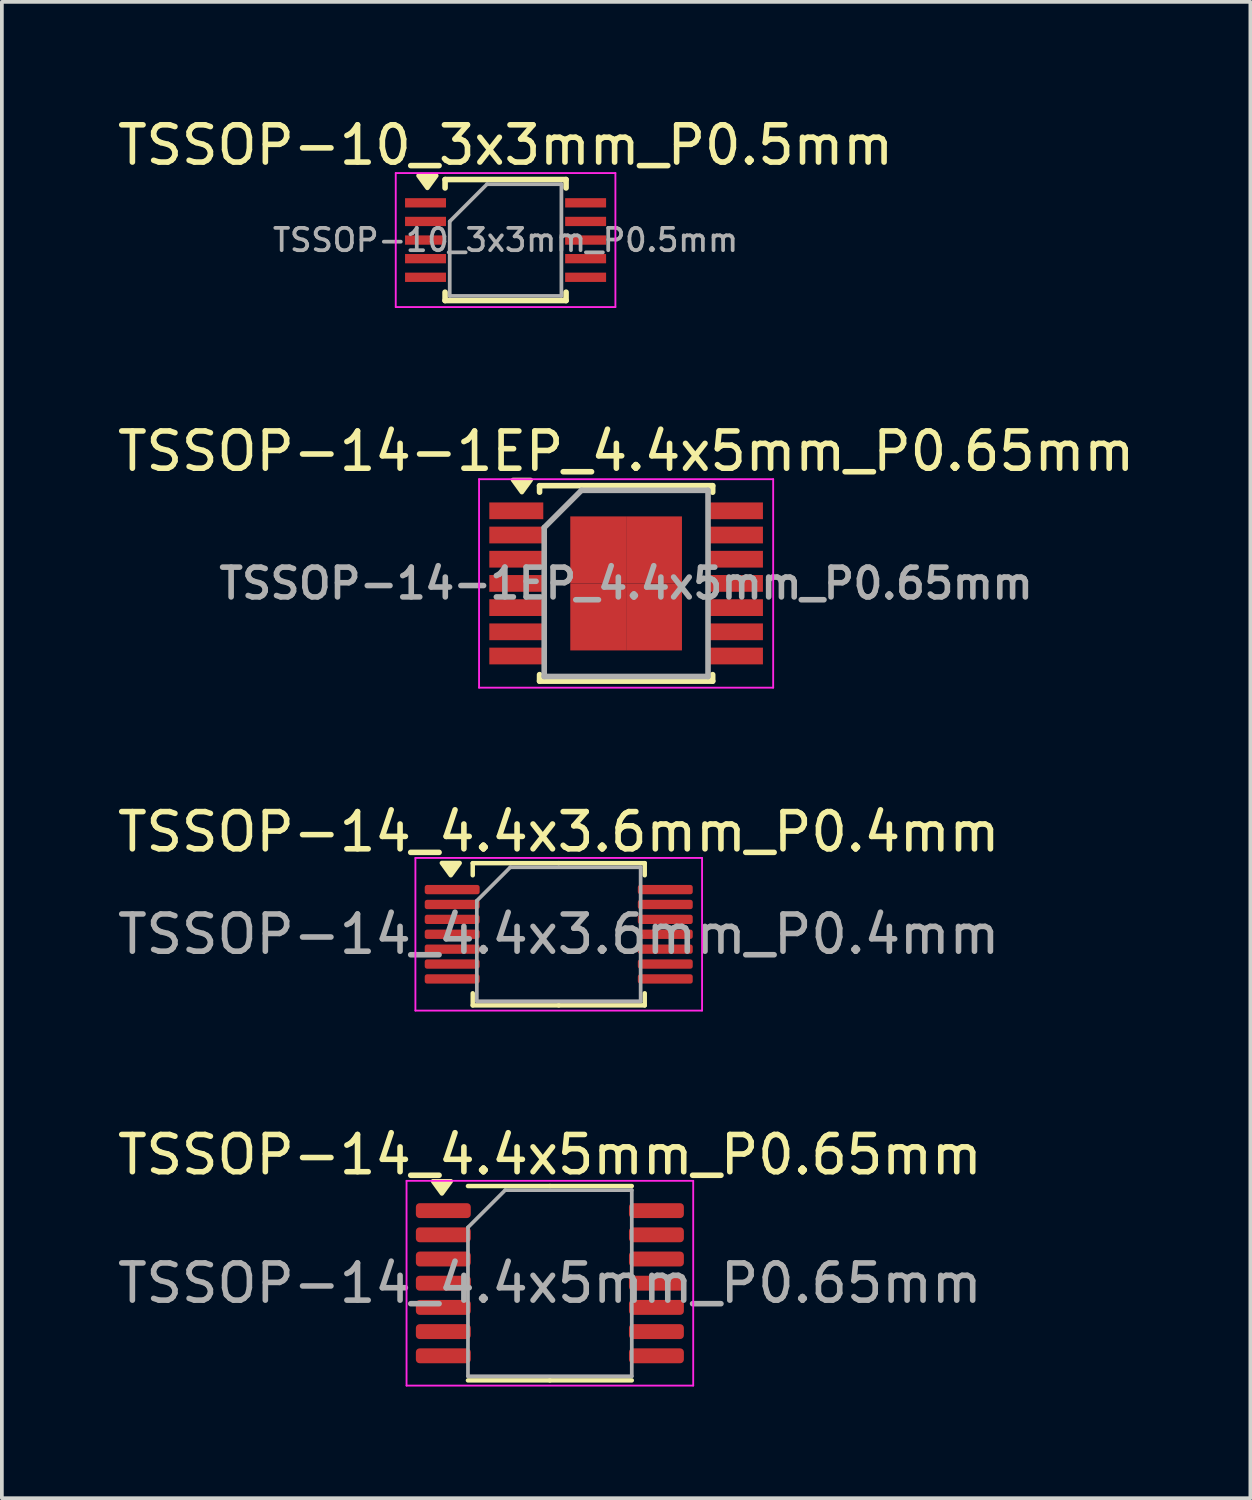
<source format=kicad_pcb>
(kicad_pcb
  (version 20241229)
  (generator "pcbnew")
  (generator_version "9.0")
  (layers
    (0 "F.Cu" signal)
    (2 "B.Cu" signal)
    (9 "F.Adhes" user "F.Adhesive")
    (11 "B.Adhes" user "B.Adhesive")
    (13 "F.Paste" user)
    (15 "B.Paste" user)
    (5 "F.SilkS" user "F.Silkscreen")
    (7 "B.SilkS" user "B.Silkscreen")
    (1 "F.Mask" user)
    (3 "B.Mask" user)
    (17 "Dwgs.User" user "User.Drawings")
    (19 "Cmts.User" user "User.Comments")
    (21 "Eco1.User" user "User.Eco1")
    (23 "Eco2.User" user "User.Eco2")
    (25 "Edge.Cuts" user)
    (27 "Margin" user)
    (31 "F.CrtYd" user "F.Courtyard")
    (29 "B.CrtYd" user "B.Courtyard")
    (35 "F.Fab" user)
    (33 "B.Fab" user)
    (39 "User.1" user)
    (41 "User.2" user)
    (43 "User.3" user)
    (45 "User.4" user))
  (footprint "TSSOP-14-1EP_4.4x5mm_P0.65mm"
    (layer "F.Cu")
    (at 13.768 12.621)
    (property "Reference" "TSSOP-14-1EP_4.4x5mm_P0.65mm" (at 0 -3.55 0) (layer "F.SilkS") (effects (font (size 1 1) (thickness 0.15))))
    (attr smd)
    (fp_line (start -2.325 -2.625) (end -2.325 -2.45) (stroke (width 0.15) (type solid)) (layer "F.SilkS"))
    (fp_line (start -2.325 -2.625) (end 2.325 -2.625) (stroke (width 0.15) (type solid)) (layer "F.SilkS"))
    (fp_line (start -2.325 2.625) (end -2.325 2.45) (stroke (width 0.15) (type solid)) (layer "F.SilkS"))
    (fp_line (start -2.325 2.625) (end 2.325 2.625) (stroke (width 0.15) (type solid)) (layer "F.SilkS"))
    (fp_line (start 2.325 -2.625) (end 2.325 -2.45) (stroke (width 0.15) (type solid)) (layer "F.SilkS"))
    (fp_line (start 2.325 2.625) (end 2.325 2.45) (stroke (width 0.15) (type solid)) (layer "F.SilkS"))
    (fp_poly (pts (xy -2.8 -2.45) (xy -3.04 -2.78) (xy -2.56 -2.78) (xy -2.8 -2.45)) (stroke (width 0.12) (type solid)) (fill yes) (layer "F.SilkS"))
    (fp_line (start -3.95 -2.8) (end -3.95 2.8) (stroke (width 0.05) (type solid)) (layer "F.CrtYd"))
    (fp_line (start -3.95 -2.8) (end 3.95 -2.8) (stroke (width 0.05) (type solid)) (layer "F.CrtYd"))
    (fp_line (start -3.95 2.8) (end 3.95 2.8) (stroke (width 0.05) (type solid)) (layer "F.CrtYd"))
    (fp_line (start 3.95 -2.8) (end 3.95 2.8) (stroke (width 0.05) (type solid)) (layer "F.CrtYd"))
    (fp_line (start -2.2 -1.5) (end -1.2 -2.5) (stroke (width 0.15) (type solid)) (layer "F.Fab"))
    (fp_line (start -2.2 2.5) (end -2.2 -1.5) (stroke (width 0.15) (type solid)) (layer "F.Fab"))
    (fp_line (start -1.2 -2.5) (end 2.2 -2.5) (stroke (width 0.15) (type solid)) (layer "F.Fab"))
    (fp_line (start 2.2 -2.5) (end 2.2 2.5) (stroke (width 0.15) (type solid)) (layer "F.Fab"))
    (fp_line (start 2.2 2.5) (end -2.2 2.5) (stroke (width 0.15) (type solid)) (layer "F.Fab"))
    (fp_text user "${REFERENCE}" (at 0 0 0) (layer "F.Fab") (effects (font (size 0.8 0.8) (thickness 0.15))))
    (pad "1" smd rect (at -2.95 -1.95) (size 1.45 0.45) (layers "F.Cu" "F.Mask" "F.Paste"))
    (pad "2" smd rect (at -2.95 -1.3) (size 1.45 0.45) (layers "F.Cu" "F.Mask" "F.Paste"))
    (pad "3" smd rect (at -2.95 -0.65) (size 1.45 0.45) (layers "F.Cu" "F.Mask" "F.Paste"))
    (pad "4" smd rect (at -2.95 0) (size 1.45 0.45) (layers "F.Cu" "F.Mask" "F.Paste"))
    (pad "5" smd rect (at -2.95 0.65) (size 1.45 0.45) (layers "F.Cu" "F.Mask" "F.Paste"))
    (pad "6" smd rect (at -2.95 1.3) (size 1.45 0.45) (layers "F.Cu" "F.Mask" "F.Paste"))
    (pad "7" smd rect (at -2.95 1.95) (size 1.45 0.45) (layers "F.Cu" "F.Mask" "F.Paste"))
    (pad "8" smd rect (at 2.95 1.95) (size 1.45 0.45) (layers "F.Cu" "F.Mask" "F.Paste"))
    (pad "9" smd rect (at 2.95 1.3) (size 1.45 0.45) (layers "F.Cu" "F.Mask" "F.Paste"))
    (pad "10" smd rect (at 2.95 0.65) (size 1.45 0.45) (layers "F.Cu" "F.Mask" "F.Paste"))
    (pad "11" smd rect (at 2.95 0) (size 1.45 0.45) (layers "F.Cu" "F.Mask" "F.Paste"))
    (pad "12" smd rect (at 2.95 -0.65) (size 1.45 0.45) (layers "F.Cu" "F.Mask" "F.Paste"))
    (pad "13" smd rect (at 2.95 -1.3) (size 1.45 0.45) (layers "F.Cu" "F.Mask" "F.Paste"))
    (pad "14" smd rect (at 2.95 -1.95) (size 1.45 0.45) (layers "F.Cu" "F.Mask" "F.Paste"))
    (pad "15" smd rect (at -0.75 -0.9) (size 1.5 1.8) (layers "F.Cu" "F.Mask" "F.Paste"))
    (pad "15" smd rect (at -0.75 0.9) (size 1.5 1.8) (layers "F.Cu" "F.Mask" "F.Paste"))
    (pad "15" smd rect (at 0.75 -0.9) (size 1.5 1.8) (layers "F.Cu" "F.Mask" "F.Paste"))
    (pad "15" smd rect (at 0.75 0.9) (size 1.5 1.8) (layers "F.Cu" "F.Mask" "F.Paste")))
  (footprint "TSSOP-14_4.4x5mm_P0.65mm"
    (layer "F.Cu")
    (at 11.72 31.418)
    (property "Reference" "TSSOP-14_4.4x5mm_P0.65mm" (at 0 -3.45 0) (layer "F.SilkS") (effects (font (size 1 1) (thickness 0.15))))
    (attr smd)
    (fp_line (start 0 -2.61) (end -2.2 -2.61) (stroke (width 0.12) (type solid)) (layer "F.SilkS"))
    (fp_line (start 0 -2.61) (end 2.2 -2.61) (stroke (width 0.12) (type solid)) (layer "F.SilkS"))
    (fp_line (start 0 2.61) (end -2.2 2.61) (stroke (width 0.12) (type solid)) (layer "F.SilkS"))
    (fp_line (start 0 2.61) (end 2.2 2.61) (stroke (width 0.12) (type solid)) (layer "F.SilkS"))
    (fp_poly (pts (xy -2.9 -2.41) (xy -3.14 -2.74) (xy -2.66 -2.74) (xy -2.9 -2.41)) (stroke (width 0.12) (type solid)) (fill yes) (layer "F.SilkS"))
    (fp_line (start -3.85 -2.75) (end -3.85 2.75) (stroke (width 0.05) (type solid)) (layer "F.CrtYd"))
    (fp_line (start -3.85 2.75) (end 3.85 2.75) (stroke (width 0.05) (type solid)) (layer "F.CrtYd"))
    (fp_line (start 3.85 -2.75) (end -3.85 -2.75) (stroke (width 0.05) (type solid)) (layer "F.CrtYd"))
    (fp_line (start 3.85 2.75) (end 3.85 -2.75) (stroke (width 0.05) (type solid)) (layer "F.CrtYd"))
    (fp_line (start -2.2 -1.5) (end -1.2 -2.5) (stroke (width 0.1) (type solid)) (layer "F.Fab"))
    (fp_line (start -2.2 2.5) (end -2.2 -1.5) (stroke (width 0.1) (type solid)) (layer "F.Fab"))
    (fp_line (start -1.2 -2.5) (end 2.2 -2.5) (stroke (width 0.1) (type solid)) (layer "F.Fab"))
    (fp_line (start 2.2 -2.5) (end 2.2 2.5) (stroke (width 0.1) (type solid)) (layer "F.Fab"))
    (fp_line (start 2.2 2.5) (end -2.2 2.5) (stroke (width 0.1) (type solid)) (layer "F.Fab"))
    (fp_text user "${REFERENCE}" (at 0 0 0) (layer "F.Fab") (effects (font (size 1 1) (thickness 0.15))))
    (pad "1" smd roundrect (at -2.862 -1.95) (size 1.475 0.4) (layers "F.Cu" "F.Mask" "F.Paste") (roundrect_rratio 0.25))
    (pad "2" smd roundrect (at -2.862 -1.3) (size 1.475 0.4) (layers "F.Cu" "F.Mask" "F.Paste") (roundrect_rratio 0.25))
    (pad "3" smd roundrect (at -2.862 -0.65) (size 1.475 0.4) (layers "F.Cu" "F.Mask" "F.Paste") (roundrect_rratio 0.25))
    (pad "4" smd roundrect (at -2.862 0) (size 1.475 0.4) (layers "F.Cu" "F.Mask" "F.Paste") (roundrect_rratio 0.25))
    (pad "5" smd roundrect (at -2.862 0.65) (size 1.475 0.4) (layers "F.Cu" "F.Mask" "F.Paste") (roundrect_rratio 0.25))
    (pad "6" smd roundrect (at -2.862 1.3) (size 1.475 0.4) (layers "F.Cu" "F.Mask" "F.Paste") (roundrect_rratio 0.25))
    (pad "7" smd roundrect (at -2.862 1.95) (size 1.475 0.4) (layers "F.Cu" "F.Mask" "F.Paste") (roundrect_rratio 0.25))
    (pad "8" smd roundrect (at 2.862 1.95) (size 1.475 0.4) (layers "F.Cu" "F.Mask" "F.Paste") (roundrect_rratio 0.25))
    (pad "9" smd roundrect (at 2.862 1.3) (size 1.475 0.4) (layers "F.Cu" "F.Mask" "F.Paste") (roundrect_rratio 0.25))
    (pad "10" smd roundrect (at 2.862 0.65) (size 1.475 0.4) (layers "F.Cu" "F.Mask" "F.Paste") (roundrect_rratio 0.25))
    (pad "11" smd roundrect (at 2.862 0) (size 1.475 0.4) (layers "F.Cu" "F.Mask" "F.Paste") (roundrect_rratio 0.25))
    (pad "12" smd roundrect (at 2.862 -0.65) (size 1.475 0.4) (layers "F.Cu" "F.Mask" "F.Paste") (roundrect_rratio 0.25))
    (pad "13" smd roundrect (at 2.862 -1.3) (size 1.475 0.4) (layers "F.Cu" "F.Mask" "F.Paste") (roundrect_rratio 0.25))
    (pad "14" smd roundrect (at 2.862 -1.95) (size 1.475 0.4) (layers "F.Cu" "F.Mask" "F.Paste") (roundrect_rratio 0.25)))
  (footprint "TSSOP-10_3x3mm_P0.5mm"
    (layer "F.Cu")
    (at 10.53 3.398)
    (property "Reference" "TSSOP-10_3x3mm_P0.5mm" (at 0 -2.55 0) (layer "F.SilkS") (effects (font (size 1 1) (thickness 0.15))))
    (attr smd)
    (fp_line (start -1.625 -1.625) (end -1.625 -1.4) (stroke (width 0.15) (type solid)) (layer "F.SilkS"))
    (fp_line (start -1.625 -1.625) (end 1.625 -1.625) (stroke (width 0.15) (type solid)) (layer "F.SilkS"))
    (fp_line (start -1.625 1.625) (end -1.625 1.4) (stroke (width 0.15) (type solid)) (layer "F.SilkS"))
    (fp_line (start -1.625 1.625) (end 1.625 1.625) (stroke (width 0.15) (type solid)) (layer "F.SilkS"))
    (fp_line (start 1.625 -1.625) (end 1.625 -1.4) (stroke (width 0.15) (type solid)) (layer "F.SilkS"))
    (fp_line (start 1.625 1.625) (end 1.625 1.4) (stroke (width 0.15) (type solid)) (layer "F.SilkS"))
    (fp_poly (pts (xy -2.1 -1.4) (xy -2.34 -1.73) (xy -1.86 -1.73) (xy -2.1 -1.4)) (stroke (width 0.12) (type solid)) (fill yes) (layer "F.SilkS"))
    (fp_line (start -2.95 -1.8) (end -2.95 1.8) (stroke (width 0.05) (type solid)) (layer "F.CrtYd"))
    (fp_line (start -2.95 -1.8) (end 2.95 -1.8) (stroke (width 0.05) (type solid)) (layer "F.CrtYd"))
    (fp_line (start -2.95 1.8) (end 2.95 1.8) (stroke (width 0.05) (type solid)) (layer "F.CrtYd"))
    (fp_line (start 2.95 -1.8) (end 2.95 1.8) (stroke (width 0.05) (type solid)) (layer "F.CrtYd"))
    (fp_line (start -1.5 -0.5) (end -0.5 -1.5) (stroke (width 0.1) (type solid)) (layer "F.Fab"))
    (fp_line (start -1.5 1.5) (end -1.5 -0.5) (stroke (width 0.1) (type solid)) (layer "F.Fab"))
    (fp_line (start -0.5 -1.5) (end 1.5 -1.5) (stroke (width 0.1) (type solid)) (layer "F.Fab"))
    (fp_line (start 1.5 -1.5) (end 1.5 1.5) (stroke (width 0.1) (type solid)) (layer "F.Fab"))
    (fp_line (start 1.5 1.5) (end -1.5 1.5) (stroke (width 0.1) (type solid)) (layer "F.Fab"))
    (fp_text user "${REFERENCE}" (at 0 0 0) (layer "F.Fab") (effects (font (size 0.6 0.6) (thickness 0.1))))
    (pad "1" smd rect (at -2.15 -1) (size 1.1 0.25) (layers "F.Cu" "F.Mask" "F.Paste"))
    (pad "2" smd rect (at -2.15 -0.5) (size 1.1 0.25) (layers "F.Cu" "F.Mask" "F.Paste"))
    (pad "3" smd rect (at -2.15 0) (size 1.1 0.25) (layers "F.Cu" "F.Mask" "F.Paste"))
    (pad "4" smd rect (at -2.15 0.5) (size 1.1 0.25) (layers "F.Cu" "F.Mask" "F.Paste"))
    (pad "5" smd rect (at -2.15 1) (size 1.1 0.25) (layers "F.Cu" "F.Mask" "F.Paste"))
    (pad "6" smd rect (at 2.15 1) (size 1.1 0.25) (layers "F.Cu" "F.Mask" "F.Paste"))
    (pad "7" smd rect (at 2.15 0.5) (size 1.1 0.25) (layers "F.Cu" "F.Mask" "F.Paste"))
    (pad "8" smd rect (at 2.15 0) (size 1.1 0.25) (layers "F.Cu" "F.Mask" "F.Paste"))
    (pad "9" smd rect (at 2.15 -0.5) (size 1.1 0.25) (layers "F.Cu" "F.Mask" "F.Paste"))
    (pad "10" smd rect (at 2.15 -1) (size 1.1 0.25) (layers "F.Cu" "F.Mask" "F.Paste")))
  (footprint "TSSOP-14_4.4x3.6mm_P0.4mm"
    (layer "F.Cu")
    (at 11.958 22.045)
    (property "Reference" "TSSOP-14_4.4x3.6mm_P0.4mm" (at 0 -2.75 0) (layer "F.SilkS") (effects (font (size 1 1) (thickness 0.15))))
    (attr smd)
    (fp_line (start -2.31 -1.91) (end -2.31 -1.585) (stroke (width 0.12) (type solid)) (layer "F.SilkS"))
    (fp_line (start -2.31 1.91) (end -2.31 1.585) (stroke (width 0.12) (type solid)) (layer "F.SilkS"))
    (fp_line (start 0 -1.91) (end -2.31 -1.91) (stroke (width 0.12) (type solid)) (layer "F.SilkS"))
    (fp_line (start 0 -1.91) (end 2.31 -1.91) (stroke (width 0.12) (type solid)) (layer "F.SilkS"))
    (fp_line (start 0 1.91) (end -2.31 1.91) (stroke (width 0.12) (type solid)) (layer "F.SilkS"))
    (fp_line (start 0 1.91) (end 2.31 1.91) (stroke (width 0.12) (type solid)) (layer "F.SilkS"))
    (fp_line (start 2.31 -1.91) (end 2.31 -1.585) (stroke (width 0.12) (type solid)) (layer "F.SilkS"))
    (fp_line (start 2.31 1.91) (end 2.31 1.585) (stroke (width 0.12) (type solid)) (layer "F.SilkS"))
    (fp_poly (pts (xy -2.9 -1.585) (xy -3.14 -1.915) (xy -2.66 -1.915) (xy -2.9 -1.585)) (stroke (width 0.12) (type solid)) (fill yes) (layer "F.SilkS"))
    (fp_line (start -3.85 -2.05) (end -3.85 2.05) (stroke (width 0.05) (type solid)) (layer "F.CrtYd"))
    (fp_line (start -3.85 2.05) (end 3.85 2.05) (stroke (width 0.05) (type solid)) (layer "F.CrtYd"))
    (fp_line (start 3.85 -2.05) (end -3.85 -2.05) (stroke (width 0.05) (type solid)) (layer "F.CrtYd"))
    (fp_line (start 3.85 2.05) (end 3.85 -2.05) (stroke (width 0.05) (type solid)) (layer "F.CrtYd"))
    (fp_line (start -2.2 -0.9) (end -1.3 -1.8) (stroke (width 0.1) (type solid)) (layer "F.Fab"))
    (fp_line (start -2.2 1.8) (end -2.2 -0.9) (stroke (width 0.1) (type solid)) (layer "F.Fab"))
    (fp_line (start -1.3 -1.8) (end 2.2 -1.8) (stroke (width 0.1) (type solid)) (layer "F.Fab"))
    (fp_line (start 2.2 -1.8) (end 2.2 1.8) (stroke (width 0.1) (type solid)) (layer "F.Fab"))
    (fp_line (start 2.2 1.8) (end -2.2 1.8) (stroke (width 0.1) (type solid)) (layer "F.Fab"))
    (fp_text user "${REFERENCE}" (at 0 0 0) (layer "F.Fab") (effects (font (size 1 1) (thickness 0.15))))
    (pad "1" smd roundrect (at -2.862 -1.2) (size 1.475 0.25) (layers "F.Cu" "F.Mask" "F.Paste") (roundrect_rratio 0.25))
    (pad "2" smd roundrect (at -2.862 -0.8) (size 1.475 0.25) (layers "F.Cu" "F.Mask" "F.Paste") (roundrect_rratio 0.25))
    (pad "3" smd roundrect (at -2.862 -0.4) (size 1.475 0.25) (layers "F.Cu" "F.Mask" "F.Paste") (roundrect_rratio 0.25))
    (pad "4" smd roundrect (at -2.862 0) (size 1.475 0.25) (layers "F.Cu" "F.Mask" "F.Paste") (roundrect_rratio 0.25))
    (pad "5" smd roundrect (at -2.862 0.4) (size 1.475 0.25) (layers "F.Cu" "F.Mask" "F.Paste") (roundrect_rratio 0.25))
    (pad "6" smd roundrect (at -2.862 0.8) (size 1.475 0.25) (layers "F.Cu" "F.Mask" "F.Paste") (roundrect_rratio 0.25))
    (pad "7" smd roundrect (at -2.862 1.2) (size 1.475 0.25) (layers "F.Cu" "F.Mask" "F.Paste") (roundrect_rratio 0.25))
    (pad "8" smd roundrect (at 2.862 1.2) (size 1.475 0.25) (layers "F.Cu" "F.Mask" "F.Paste") (roundrect_rratio 0.25))
    (pad "9" smd roundrect (at 2.862 0.8) (size 1.475 0.25) (layers "F.Cu" "F.Mask" "F.Paste") (roundrect_rratio 0.25))
    (pad "10" smd roundrect (at 2.862 0.4) (size 1.475 0.25) (layers "F.Cu" "F.Mask" "F.Paste") (roundrect_rratio 0.25))
    (pad "11" smd roundrect (at 2.862 0) (size 1.475 0.25) (layers "F.Cu" "F.Mask" "F.Paste") (roundrect_rratio 0.25))
    (pad "12" smd roundrect (at 2.862 -0.4) (size 1.475 0.25) (layers "F.Cu" "F.Mask" "F.Paste") (roundrect_rratio 0.25))
    (pad "13" smd roundrect (at 2.862 -0.8) (size 1.475 0.25) (layers "F.Cu" "F.Mask" "F.Paste") (roundrect_rratio 0.25))
    (pad "14" smd roundrect (at 2.862 -1.2) (size 1.475 0.25) (layers "F.Cu" "F.Mask" "F.Paste") (roundrect_rratio 0.25)))
  (gr_rect
    (start -3 -3)
    (end 30.536 37.193)
    (stroke (width 0.1) (type default))
    (fill no)
    (layer "Edge.Cuts")))
</source>
